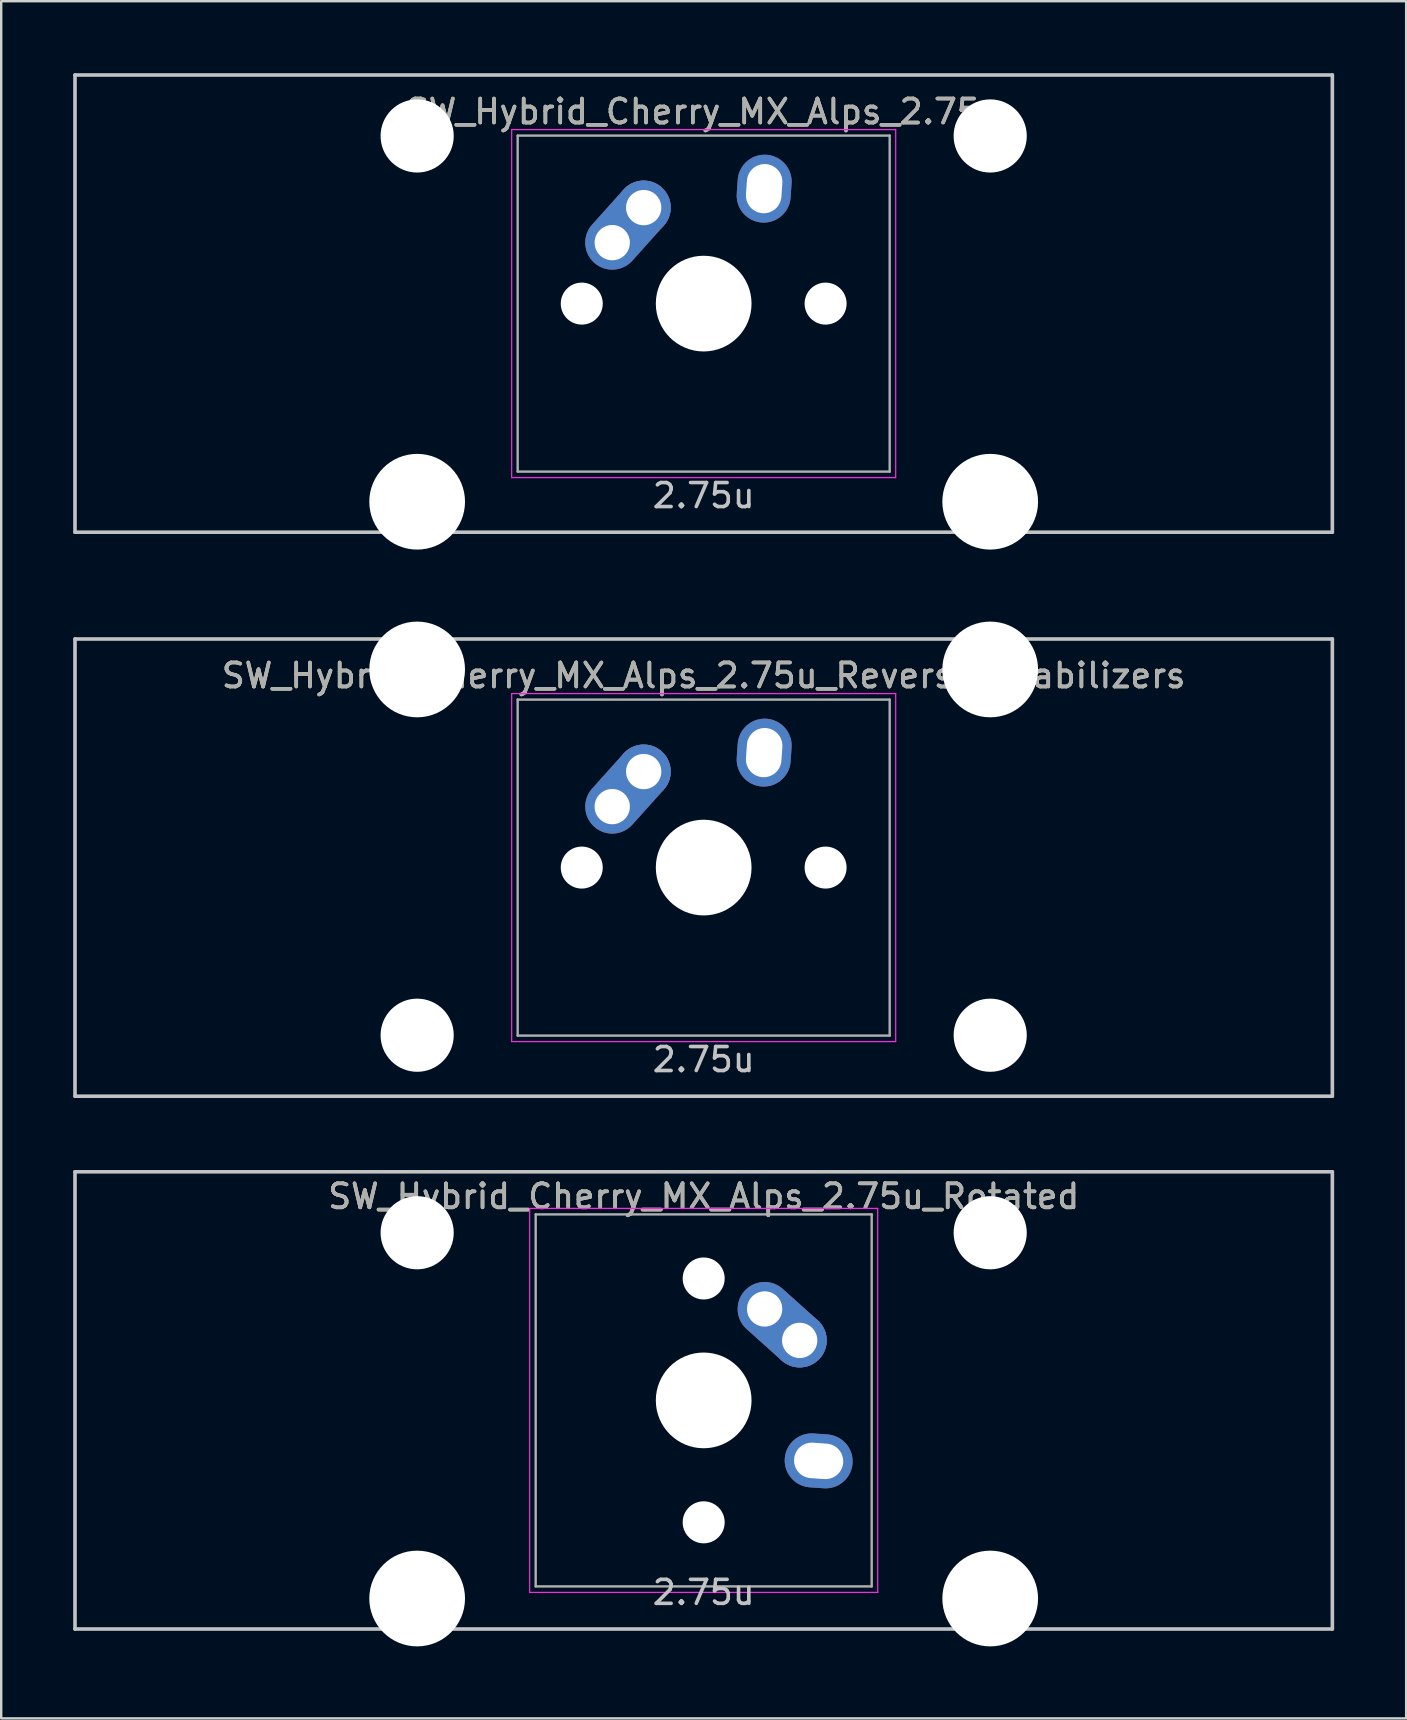
<source format=kicad_pcb>
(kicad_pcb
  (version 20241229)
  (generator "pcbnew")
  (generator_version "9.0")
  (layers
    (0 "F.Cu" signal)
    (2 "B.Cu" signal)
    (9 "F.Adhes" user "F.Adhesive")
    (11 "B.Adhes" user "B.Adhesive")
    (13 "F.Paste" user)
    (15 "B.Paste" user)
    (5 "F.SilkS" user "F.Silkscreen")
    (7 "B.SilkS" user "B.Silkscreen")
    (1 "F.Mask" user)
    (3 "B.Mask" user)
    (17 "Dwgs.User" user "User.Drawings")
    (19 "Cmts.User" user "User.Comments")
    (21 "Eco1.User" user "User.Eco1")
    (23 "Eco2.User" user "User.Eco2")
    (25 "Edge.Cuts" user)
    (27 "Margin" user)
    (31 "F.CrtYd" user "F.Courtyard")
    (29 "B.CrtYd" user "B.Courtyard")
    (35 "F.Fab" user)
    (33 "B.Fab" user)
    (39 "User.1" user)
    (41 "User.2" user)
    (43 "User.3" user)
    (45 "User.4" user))
  (footprint "SW_Hybrid_Cherry_MX_Alps_2.75u_Rotated"
    (layer "F.Cu")
    (at 26.269 55.298)
    (property "Reference" "SW_Hybrid_Cherry_MX_Alps_2.75u_Rotated" (at 0 -8.5 0) (layer "F.SilkS") (effects (font (size 1 1) (thickness 0.15))))
    (attr through_hole)
    (fp_line (start -26.194 -9.525) (end 26.194 -9.525) (stroke (width 0.15) (type solid)) (layer "Dwgs.User"))
    (fp_line (start -26.194 9.525) (end -26.194 -9.525) (stroke (width 0.15) (type solid)) (layer "Dwgs.User"))
    (fp_line (start -26.194 9.525) (end 26.194 9.525) (stroke (width 0.15) (type solid)) (layer "Dwgs.User"))
    (fp_line (start 26.194 -9.525) (end 26.194 9.525) (stroke (width 0.15) (type solid)) (layer "Dwgs.User"))
    (fp_line (start -7.25 -8) (end 7.25 -8) (stroke (width 0.05) (type solid)) (layer "F.CrtYd"))
    (fp_line (start -7.25 8) (end -7.25 -8) (stroke (width 0.05) (type solid)) (layer "F.CrtYd"))
    (fp_line (start 7.25 -8) (end 7.25 8) (stroke (width 0.05) (type solid)) (layer "F.CrtYd"))
    (fp_line (start 7.25 8) (end -7.25 8) (stroke (width 0.05) (type solid)) (layer "F.CrtYd"))
    (fp_line (start -7 -7.75) (end 7 -7.75) (stroke (width 0.1) (type solid)) (layer "F.Fab"))
    (fp_line (start -7 7.75) (end -7 -7.75) (stroke (width 0.1) (type solid)) (layer "F.Fab"))
    (fp_line (start 7 -7.75) (end 7 7.75) (stroke (width 0.1) (type solid)) (layer "F.Fab"))
    (fp_line (start 7 7.75) (end -7 7.75) (stroke (width 0.1) (type solid)) (layer "F.Fab"))
    (fp_text user "2.75u" (at 0 8 0) (layer "Dwgs.User") (effects (font (size 1 1) (thickness 0.15))))
    (fp_text user "${REFERENCE}" (at 0 -8.5 0) (layer "F.Fab") (effects (font (size 1 1) (thickness 0.15))))
    (pad "" np_thru_hole circle (at -11.938 -6.985) (size 3.048 3.048) (drill 3.048) (layers "*.Cu" "*.Mask"))
    (pad "" np_thru_hole circle (at -11.938 8.255) (size 3.988 3.988) (drill 3.988) (layers "*.Cu" "*.Mask"))
    (pad "" np_thru_hole circle (at 0 -5.08 318.1) (size 1.75 1.75) (drill 1.75) (layers "*.Cu" "*.Mask"))
    (pad "" np_thru_hole circle (at 0 0 270) (size 3.988 3.988) (drill 3.988) (layers "*.Cu" "*.Mask"))
    (pad "" np_thru_hole circle (at 0 5.08 318.1) (size 1.75 1.75) (drill 1.75) (layers "*.Cu" "*.Mask"))
    (pad "" np_thru_hole circle (at 11.938 -6.985) (size 3.048 3.048) (drill 3.048) (layers "*.Cu" "*.Mask"))
    (pad "" np_thru_hole circle (at 11.938 8.255) (size 3.988 3.988) (drill 3.988) (layers "*.Cu" "*.Mask"))
    (pad "1" thru_hole oval (at 2.54 -3.81 318.1) (size 4.212 2.25) (drill 1.47 (offset 0.981 0)) (layers "*.Cu" "B.Mask"))
    (pad "1" thru_hole circle (at 4 -2.5 270) (size 2.25 2.25) (drill 1.47) (layers "*.Cu" "B.Mask"))
    (pad "2" thru_hole oval (at 4.79 2.52 356) (size 2.831 2.25) (drill oval 2.051 1.48) (layers "*.Cu" "B.Mask")))
  (footprint "SW_Hybrid_Cherry_MX_Alps_2.75u_ReversedStabilizers"
    (layer "F.Cu")
    (at 26.269 33.098)
    (property "Reference" "SW_Hybrid_Cherry_MX_Alps_2.75u_ReversedStabilizers" (at 0 -8 0) (layer "F.SilkS") (effects (font (size 1 1) (thickness 0.15))))
    (attr through_hole)
    (fp_line (start -26.194 -9.525) (end 26.194 -9.525) (stroke (width 0.15) (type solid)) (layer "Dwgs.User"))
    (fp_line (start -26.194 9.525) (end -26.194 -9.525) (stroke (width 0.15) (type solid)) (layer "Dwgs.User"))
    (fp_line (start -26.194 9.525) (end 26.194 9.525) (stroke (width 0.15) (type solid)) (layer "Dwgs.User"))
    (fp_line (start 26.194 -9.525) (end 26.194 9.525) (stroke (width 0.15) (type solid)) (layer "Dwgs.User"))
    (fp_line (start -8 -7.25) (end 8 -7.25) (stroke (width 0.05) (type solid)) (layer "F.CrtYd"))
    (fp_line (start -8 7.25) (end -8 -7.25) (stroke (width 0.05) (type solid)) (layer "F.CrtYd"))
    (fp_line (start 8 -7.25) (end 8 7.25) (stroke (width 0.05) (type solid)) (layer "F.CrtYd"))
    (fp_line (start 8 7.25) (end -8 7.25) (stroke (width 0.05) (type solid)) (layer "F.CrtYd"))
    (fp_line (start -7.75 -7) (end 7.75 -7) (stroke (width 0.1) (type solid)) (layer "F.Fab"))
    (fp_line (start -7.75 7) (end -7.75 -7) (stroke (width 0.1) (type solid)) (layer "F.Fab"))
    (fp_line (start 7.75 -7) (end 7.75 7) (stroke (width 0.1) (type solid)) (layer "F.Fab"))
    (fp_line (start 7.75 7) (end -7.75 7) (stroke (width 0.1) (type solid)) (layer "F.Fab"))
    (fp_text user "2.75u" (at 0 8 0) (layer "Dwgs.User") (effects (font (size 1 1) (thickness 0.15))))
    (fp_text user "${REFERENCE}" (at 0 -8 0) (layer "F.Fab") (effects (font (size 1 1) (thickness 0.15))))
    (pad "" np_thru_hole circle (at -11.938 -8.255) (size 3.988 3.988) (drill 3.988) (layers "*.Cu" "*.Mask"))
    (pad "" np_thru_hole circle (at -11.938 6.985) (size 3.048 3.048) (drill 3.048) (layers "*.Cu" "*.Mask"))
    (pad "" np_thru_hole circle (at -5.08 0 48.1) (size 1.75 1.75) (drill 1.75) (layers "*.Cu" "*.Mask"))
    (pad "" np_thru_hole circle (at 0 0) (size 3.988 3.988) (drill 3.988) (layers "*.Cu" "*.Mask"))
    (pad "" np_thru_hole circle (at 5.08 0 48.1) (size 1.75 1.75) (drill 1.75) (layers "*.Cu" "*.Mask"))
    (pad "" np_thru_hole circle (at 11.938 -8.255) (size 3.988 3.988) (drill 3.988) (layers "*.Cu" "*.Mask"))
    (pad "" np_thru_hole circle (at 11.938 6.985) (size 3.048 3.048) (drill 3.048) (layers "*.Cu" "*.Mask"))
    (pad "1" thru_hole oval (at -3.81 -2.54 48.1) (size 4.212 2.25) (drill 1.47 (offset 0.981 0)) (layers "*.Cu" "B.Mask"))
    (pad "1" thru_hole circle (at -2.5 -4) (size 2.25 2.25) (drill 1.47) (layers "*.Cu" "B.Mask"))
    (pad "2" thru_hole oval (at 2.52 -4.79 86) (size 2.831 2.25) (drill oval 2.051 1.48) (layers "*.Cu" "B.Mask")))
  (footprint "SW_Hybrid_Cherry_MX_Alps_2.75u"
    (layer "F.Cu")
    (at 26.269 9.6)
    (property "Reference" "SW_Hybrid_Cherry_MX_Alps_2.75u" (at 0 -8 0) (layer "F.SilkS") (effects (font (size 1 1) (thickness 0.15))))
    (attr through_hole)
    (fp_line (start -26.194 -9.525) (end 26.194 -9.525) (stroke (width 0.15) (type solid)) (layer "Dwgs.User"))
    (fp_line (start -26.194 9.525) (end -26.194 -9.525) (stroke (width 0.15) (type solid)) (layer "Dwgs.User"))
    (fp_line (start -26.194 9.525) (end 26.194 9.525) (stroke (width 0.15) (type solid)) (layer "Dwgs.User"))
    (fp_line (start 26.194 -9.525) (end 26.194 9.525) (stroke (width 0.15) (type solid)) (layer "Dwgs.User"))
    (fp_line (start -8 -7.25) (end 8 -7.25) (stroke (width 0.05) (type solid)) (layer "F.CrtYd"))
    (fp_line (start -8 7.25) (end -8 -7.25) (stroke (width 0.05) (type solid)) (layer "F.CrtYd"))
    (fp_line (start 8 -7.25) (end 8 7.25) (stroke (width 0.05) (type solid)) (layer "F.CrtYd"))
    (fp_line (start 8 7.25) (end -8 7.25) (stroke (width 0.05) (type solid)) (layer "F.CrtYd"))
    (fp_line (start -7.75 -7) (end 7.75 -7) (stroke (width 0.1) (type solid)) (layer "F.Fab"))
    (fp_line (start -7.75 7) (end -7.75 -7) (stroke (width 0.1) (type solid)) (layer "F.Fab"))
    (fp_line (start 7.75 -7) (end 7.75 7) (stroke (width 0.1) (type solid)) (layer "F.Fab"))
    (fp_line (start 7.75 7) (end -7.75 7) (stroke (width 0.1) (type solid)) (layer "F.Fab"))
    (fp_text user "2.75u" (at 0 8 0) (layer "Dwgs.User") (effects (font (size 1 1) (thickness 0.15))))
    (fp_text user "${REFERENCE}" (at 0 -8 0) (layer "F.Fab") (effects (font (size 1 1) (thickness 0.15))))
    (pad "" np_thru_hole circle (at -11.938 -6.985) (size 3.048 3.048) (drill 3.048) (layers "*.Cu" "*.Mask"))
    (pad "" np_thru_hole circle (at -11.938 8.255) (size 3.988 3.988) (drill 3.988) (layers "*.Cu" "*.Mask"))
    (pad "" np_thru_hole circle (at -5.08 0 48.1) (size 1.75 1.75) (drill 1.75) (layers "*.Cu" "*.Mask"))
    (pad "" np_thru_hole circle (at 0 0) (size 3.988 3.988) (drill 3.988) (layers "*.Cu" "*.Mask"))
    (pad "" np_thru_hole circle (at 5.08 0 48.1) (size 1.75 1.75) (drill 1.75) (layers "*.Cu" "*.Mask"))
    (pad "" np_thru_hole circle (at 11.938 -6.985) (size 3.048 3.048) (drill 3.048) (layers "*.Cu" "*.Mask"))
    (pad "" np_thru_hole circle (at 11.938 8.255) (size 3.988 3.988) (drill 3.988) (layers "*.Cu" "*.Mask"))
    (pad "1" thru_hole oval (at -3.81 -2.54 48.1) (size 4.212 2.25) (drill 1.47 (offset 0.981 0)) (layers "*.Cu" "B.Mask"))
    (pad "1" thru_hole circle (at -2.5 -4) (size 2.25 2.25) (drill 1.47) (layers "*.Cu" "B.Mask"))
    (pad "2" thru_hole oval (at 2.52 -4.79 86) (size 2.831 2.25) (drill oval 2.051 1.48) (layers "*.Cu" "B.Mask")))
  (gr_rect
    (start -3 -3)
    (end 55.538 68.547)
    (stroke (width 0.1) (type default))
    (fill no)
    (layer "Edge.Cuts")))
</source>
